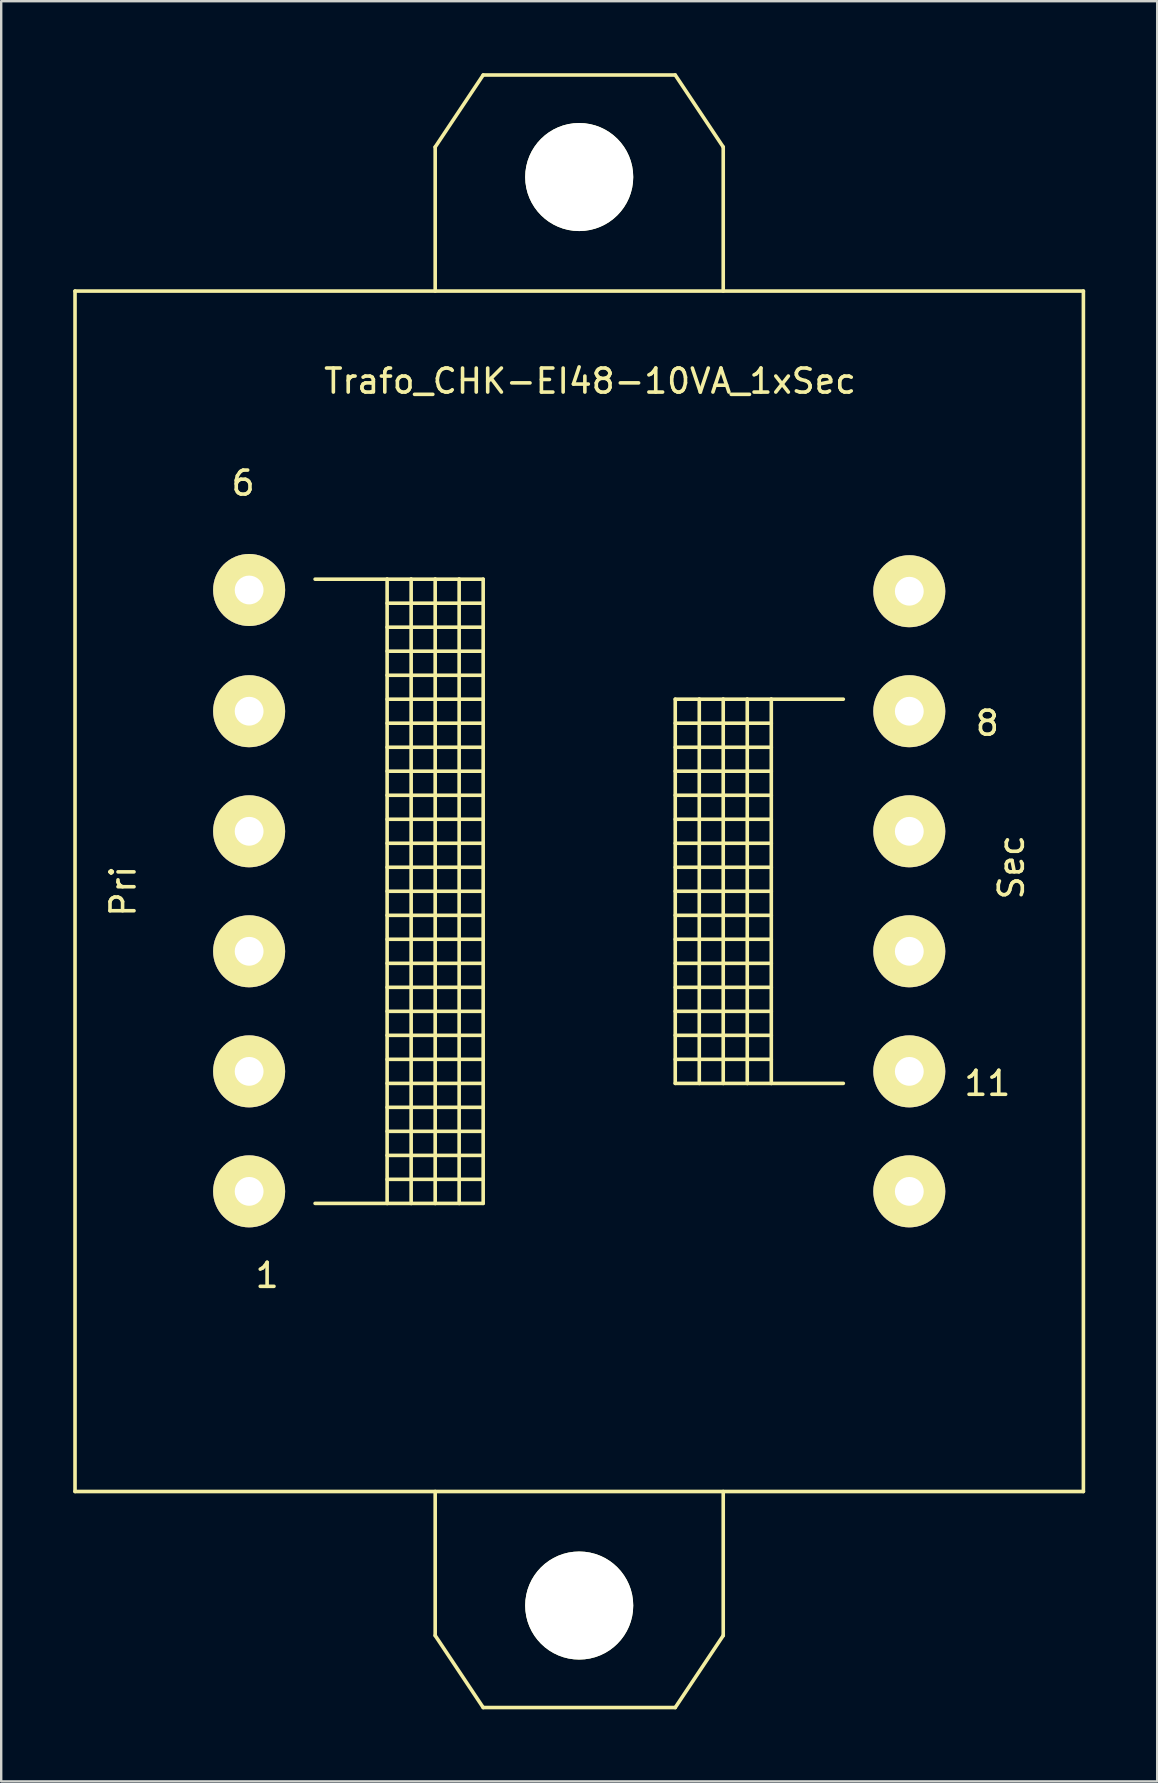
<source format=kicad_pcb>
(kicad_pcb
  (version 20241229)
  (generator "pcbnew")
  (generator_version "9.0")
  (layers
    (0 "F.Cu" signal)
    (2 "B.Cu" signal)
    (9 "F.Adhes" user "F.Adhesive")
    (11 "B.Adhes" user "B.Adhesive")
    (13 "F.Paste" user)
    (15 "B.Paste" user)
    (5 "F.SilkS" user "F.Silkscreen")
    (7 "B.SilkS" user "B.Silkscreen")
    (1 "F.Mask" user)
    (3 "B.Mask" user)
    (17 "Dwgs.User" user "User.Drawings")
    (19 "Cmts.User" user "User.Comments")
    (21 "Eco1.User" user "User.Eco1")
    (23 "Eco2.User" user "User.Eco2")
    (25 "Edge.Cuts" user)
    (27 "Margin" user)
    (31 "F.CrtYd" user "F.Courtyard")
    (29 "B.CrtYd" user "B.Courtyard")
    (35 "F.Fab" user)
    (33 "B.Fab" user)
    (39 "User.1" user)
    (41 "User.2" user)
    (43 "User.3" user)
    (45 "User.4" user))
  (footprint "Trafo_CHK-EI48-10VA_1xSec"
    (layer "F.Cu")
    (at 21.076 34.075)
    (property "Reference" "Trafo_CHK-EI48-10VA_1xSec" (at 0.45 -21.25 0) (layer "F.SilkS") (effects (font (size 1 1) (thickness 0.15))))
    (attr through_hole)
    (fp_line (start -21.001 -25.001) (end -21.001 25.001) (stroke (width 0.15) (type solid)) (layer "F.SilkS"))
    (fp_line (start -21.001 25.001) (end 21.001 25.001) (stroke (width 0.15) (type solid)) (layer "F.SilkS"))
    (fp_line (start -11.001 13) (end -8.001 13) (stroke (width 0.15) (type solid)) (layer "F.SilkS"))
    (fp_line (start -8.001 -13) (end -11.001 -13) (stroke (width 0.15) (type solid)) (layer "F.SilkS"))
    (fp_line (start -8.001 -13) (end -7 -13) (stroke (width 0.15) (type solid)) (layer "F.SilkS"))
    (fp_line (start -8.001 -11.999) (end -4 -11.999) (stroke (width 0.15) (type solid)) (layer "F.SilkS"))
    (fp_line (start -8.001 -11.001) (end -4 -11.001) (stroke (width 0.15) (type solid)) (layer "F.SilkS"))
    (fp_line (start -8.001 -10) (end -4 -10) (stroke (width 0.15) (type solid)) (layer "F.SilkS"))
    (fp_line (start -8.001 -8.999) (end -4 -8.999) (stroke (width 0.15) (type solid)) (layer "F.SilkS"))
    (fp_line (start -8.001 -8.001) (end -4 -8.001) (stroke (width 0.15) (type solid)) (layer "F.SilkS"))
    (fp_line (start -8.001 -7) (end -4 -7) (stroke (width 0.15) (type solid)) (layer "F.SilkS"))
    (fp_line (start -8.001 -5.999) (end -4 -5.999) (stroke (width 0.15) (type solid)) (layer "F.SilkS"))
    (fp_line (start -8.001 -5.001) (end -4 -5.001) (stroke (width 0.15) (type solid)) (layer "F.SilkS"))
    (fp_line (start -8.001 -4) (end -4 -4) (stroke (width 0.15) (type solid)) (layer "F.SilkS"))
    (fp_line (start -8.001 -3) (end -4 -3) (stroke (width 0.15) (type solid)) (layer "F.SilkS"))
    (fp_line (start -8.001 -1.999) (end -4 -1.999) (stroke (width 0.15) (type solid)) (layer "F.SilkS"))
    (fp_line (start -8.001 -1.001) (end -4 -1.001) (stroke (width 0.15) (type solid)) (layer "F.SilkS"))
    (fp_line (start -8.001 0) (end -4 0) (stroke (width 0.15) (type solid)) (layer "F.SilkS"))
    (fp_line (start -8.001 1.001) (end -4 1.001) (stroke (width 0.15) (type solid)) (layer "F.SilkS"))
    (fp_line (start -8.001 1.999) (end -4 1.999) (stroke (width 0.15) (type solid)) (layer "F.SilkS"))
    (fp_line (start -8.001 3) (end -4 3) (stroke (width 0.15) (type solid)) (layer "F.SilkS"))
    (fp_line (start -8.001 4) (end -4 4) (stroke (width 0.15) (type solid)) (layer "F.SilkS"))
    (fp_line (start -8.001 5.001) (end -4 5.001) (stroke (width 0.15) (type solid)) (layer "F.SilkS"))
    (fp_line (start -8.001 7) (end -4 7) (stroke (width 0.15) (type solid)) (layer "F.SilkS"))
    (fp_line (start -8.001 8.001) (end -4 8.001) (stroke (width 0.15) (type solid)) (layer "F.SilkS"))
    (fp_line (start -8.001 8.999) (end -4 8.999) (stroke (width 0.15) (type solid)) (layer "F.SilkS"))
    (fp_line (start -8.001 10) (end -4 10) (stroke (width 0.15) (type solid)) (layer "F.SilkS"))
    (fp_line (start -8.001 11.999) (end -4 11.999) (stroke (width 0.15) (type solid)) (layer "F.SilkS"))
    (fp_line (start -8.001 13) (end -8.001 -13) (stroke (width 0.15) (type solid)) (layer "F.SilkS"))
    (fp_line (start -7 -13) (end -7 13) (stroke (width 0.15) (type solid)) (layer "F.SilkS"))
    (fp_line (start -7 -13) (end -5.999 -13) (stroke (width 0.15) (type solid)) (layer "F.SilkS"))
    (fp_line (start -7 5.999) (end -8.001 5.999) (stroke (width 0.15) (type solid)) (layer "F.SilkS"))
    (fp_line (start -7 5.999) (end -4 5.999) (stroke (width 0.15) (type solid)) (layer "F.SilkS"))
    (fp_line (start -7 11.001) (end -8.001 11.001) (stroke (width 0.15) (type solid)) (layer "F.SilkS"))
    (fp_line (start -7 11.001) (end -4 11.001) (stroke (width 0.15) (type solid)) (layer "F.SilkS"))
    (fp_line (start -7 13) (end -8.001 13) (stroke (width 0.15) (type solid)) (layer "F.SilkS"))
    (fp_line (start -5.999 -31.001) (end -5.999 -25.001) (stroke (width 0.15) (type solid)) (layer "F.SilkS"))
    (fp_line (start -5.999 -13) (end -5.999 13) (stroke (width 0.15) (type solid)) (layer "F.SilkS"))
    (fp_line (start -5.999 -13) (end -5.001 -13) (stroke (width 0.15) (type solid)) (layer "F.SilkS"))
    (fp_line (start -5.999 13) (end -7 13) (stroke (width 0.15) (type solid)) (layer "F.SilkS"))
    (fp_line (start -5.999 31.001) (end -5.999 25.001) (stroke (width 0.15) (type solid)) (layer "F.SilkS"))
    (fp_line (start -5.001 -13) (end -5.001 13) (stroke (width 0.15) (type solid)) (layer "F.SilkS"))
    (fp_line (start -5.001 -13) (end -4 -13) (stroke (width 0.15) (type solid)) (layer "F.SilkS"))
    (fp_line (start -5.001 13) (end -5.999 13) (stroke (width 0.15) (type solid)) (layer "F.SilkS"))
    (fp_line (start -4 -34) (end -5.999 -31.001) (stroke (width 0.15) (type solid)) (layer "F.SilkS"))
    (fp_line (start -4 -13) (end -4 13) (stroke (width 0.15) (type solid)) (layer "F.SilkS"))
    (fp_line (start -4 13) (end -5.001 13) (stroke (width 0.15) (type solid)) (layer "F.SilkS"))
    (fp_line (start -4 34) (end -5.999 31.001) (stroke (width 0.15) (type solid)) (layer "F.SilkS"))
    (fp_line (start 4 -34) (end -4 -34) (stroke (width 0.15) (type solid)) (layer "F.SilkS"))
    (fp_line (start 4 -8.001) (end 4 8.001) (stroke (width 0.15) (type solid)) (layer "F.SilkS"))
    (fp_line (start 4 -7) (end 8.001 -7) (stroke (width 0.15) (type solid)) (layer "F.SilkS"))
    (fp_line (start 4 -5.999) (end 8.001 -5.999) (stroke (width 0.15) (type solid)) (layer "F.SilkS"))
    (fp_line (start 4 -5.001) (end 8.001 -5.001) (stroke (width 0.15) (type solid)) (layer "F.SilkS"))
    (fp_line (start 4 -4) (end 8.001 -4) (stroke (width 0.15) (type solid)) (layer "F.SilkS"))
    (fp_line (start 4 -3) (end 8.001 -3) (stroke (width 0.15) (type solid)) (layer "F.SilkS"))
    (fp_line (start 4 -1.001) (end 8.001 -1.001) (stroke (width 0.15) (type solid)) (layer "F.SilkS"))
    (fp_line (start 4 0) (end 8.001 0) (stroke (width 0.15) (type solid)) (layer "F.SilkS"))
    (fp_line (start 4 1.001) (end 8.001 1.001) (stroke (width 0.15) (type solid)) (layer "F.SilkS"))
    (fp_line (start 4 1.999) (end 8.001 1.999) (stroke (width 0.15) (type solid)) (layer "F.SilkS"))
    (fp_line (start 4 3) (end 8.001 3) (stroke (width 0.15) (type solid)) (layer "F.SilkS"))
    (fp_line (start 4 4) (end 8.001 4) (stroke (width 0.15) (type solid)) (layer "F.SilkS"))
    (fp_line (start 4 5.001) (end 8.001 5.001) (stroke (width 0.15) (type solid)) (layer "F.SilkS"))
    (fp_line (start 4 5.999) (end 8.001 5.999) (stroke (width 0.15) (type solid)) (layer "F.SilkS"))
    (fp_line (start 4 7) (end 8.001 7) (stroke (width 0.15) (type solid)) (layer "F.SilkS"))
    (fp_line (start 4 8.001) (end 5.001 8.001) (stroke (width 0.15) (type solid)) (layer "F.SilkS"))
    (fp_line (start 4 34) (end -4 34) (stroke (width 0.15) (type solid)) (layer "F.SilkS"))
    (fp_line (start 5.001 -8.001) (end 4 -8.001) (stroke (width 0.15) (type solid)) (layer "F.SilkS"))
    (fp_line (start 5.001 -8.001) (end 5.001 8.001) (stroke (width 0.15) (type solid)) (layer "F.SilkS"))
    (fp_line (start 5.001 -1.999) (end 4 -1.999) (stroke (width 0.15) (type solid)) (layer "F.SilkS"))
    (fp_line (start 5.001 -1.999) (end 8.001 -1.999) (stroke (width 0.15) (type solid)) (layer "F.SilkS"))
    (fp_line (start 5.001 8.001) (end 5.999 8.001) (stroke (width 0.15) (type solid)) (layer "F.SilkS"))
    (fp_line (start 5.999 -31.001) (end 4 -34) (stroke (width 0.15) (type solid)) (layer "F.SilkS"))
    (fp_line (start 5.999 -25.001) (end 5.999 -31.001) (stroke (width 0.15) (type solid)) (layer "F.SilkS"))
    (fp_line (start 5.999 -8.001) (end 5.001 -8.001) (stroke (width 0.15) (type solid)) (layer "F.SilkS"))
    (fp_line (start 5.999 -8.001) (end 5.999 8.001) (stroke (width 0.15) (type solid)) (layer "F.SilkS"))
    (fp_line (start 5.999 25.001) (end 5.999 31.001) (stroke (width 0.15) (type solid)) (layer "F.SilkS"))
    (fp_line (start 5.999 31.001) (end 4 34) (stroke (width 0.15) (type solid)) (layer "F.SilkS"))
    (fp_line (start 7 -8.001) (end 5.999 -8.001) (stroke (width 0.15) (type solid)) (layer "F.SilkS"))
    (fp_line (start 7 -8.001) (end 7 8.001) (stroke (width 0.15) (type solid)) (layer "F.SilkS"))
    (fp_line (start 7 8.001) (end 5.999 8.001) (stroke (width 0.15) (type solid)) (layer "F.SilkS"))
    (fp_line (start 7 8.001) (end 8.001 8.001) (stroke (width 0.15) (type solid)) (layer "F.SilkS"))
    (fp_line (start 8.001 -8.001) (end 7 -8.001) (stroke (width 0.15) (type solid)) (layer "F.SilkS"))
    (fp_line (start 8.001 -8.001) (end 8.001 8.001) (stroke (width 0.15) (type solid)) (layer "F.SilkS"))
    (fp_line (start 8.001 8.001) (end 11.001 8.001) (stroke (width 0.15) (type solid)) (layer "F.SilkS"))
    (fp_line (start 11.001 -8.001) (end 8.001 -8.001) (stroke (width 0.15) (type solid)) (layer "F.SilkS"))
    (fp_line (start 21.001 -25.001) (end -21.001 -25.001) (stroke (width 0.15) (type solid)) (layer "F.SilkS"))
    (fp_line (start 21.001 25.001) (end 21.001 -25.001) (stroke (width 0.15) (type solid)) (layer "F.SilkS"))
    (fp_text user "Sec" (at 18.001 -1.001 90) (layer "F.SilkS") (effects (font (size 1 1) (thickness 0.15))))
    (fp_text user "8" (at 17 -7 0) (layer "F.SilkS") (effects (font (size 1 1) (thickness 0.15))))
    (fp_text user "Pri" (at -18.999 0 90) (layer "F.SilkS") (effects (font (size 1 1) (thickness 0.15))))
    (fp_text user "11" (at 17 8.001 0) (layer "F.SilkS") (effects (font (size 1 1) (thickness 0.15))))
    (fp_text user "1" (at -13 15.999 0) (layer "F.SilkS") (effects (font (size 1 1) (thickness 0.15))))
    (fp_text user "6" (at -14 -17 0) (layer "F.SilkS") (effects (font (size 1 1) (thickness 0.15))))
    (pad "" np_thru_hole circle (at 0 -29.751) (size 4.501 4.501) (drill 4.501) (layers "*.Cu" "*.Mask" "F.SilkS"))
    (pad "" np_thru_hole circle (at 0 29.751) (size 4.501 4.501) (drill 4.501) (layers "*.Cu" "*.Mask" "F.SilkS"))
    (pad "1" thru_hole circle (at -13.749 12.499) (size 3 3) (drill 1.199) (layers "*.Cu" "*.Mask" "F.SilkS"))
    (pad "2" thru_hole circle (at -13.749 7.501) (size 3 3) (drill 1.199) (layers "*.Cu" "*.Mask" "F.SilkS"))
    (pad "3" thru_hole circle (at -13.749 2.499) (size 3 3) (drill 1.199) (layers "*.Cu" "*.Mask" "F.SilkS"))
    (pad "4" thru_hole circle (at -13.749 -2.499) (size 3 3) (drill 1.199) (layers "*.Cu" "*.Mask" "F.SilkS"))
    (pad "5" thru_hole circle (at -13.749 -7.501) (size 3 3) (drill 1.199) (layers "*.Cu" "*.Mask" "F.SilkS"))
    (pad "6" thru_hole circle (at -13.749 -12.55) (size 3 3) (drill 1.199) (layers "*.Cu" "*.Mask" "F.SilkS"))
    (pad "7" thru_hole circle (at 13.749 -12.499) (size 3 3) (drill 1.199) (layers "*.Cu" "*.Mask" "F.SilkS"))
    (pad "8" thru_hole circle (at 13.749 -7.501) (size 3 3) (drill 1.199) (layers "*.Cu" "*.Mask" "F.SilkS"))
    (pad "9" thru_hole circle (at 13.749 -2.499) (size 3 3) (drill 1.199) (layers "*.Cu" "*.Mask" "F.SilkS"))
    (pad "10" thru_hole circle (at 13.749 2.499) (size 3 3) (drill 1.199) (layers "*.Cu" "*.Mask" "F.SilkS"))
    (pad "11" thru_hole circle (at 13.749 7.501) (size 3 3) (drill 1.199) (layers "*.Cu" "*.Mask" "F.SilkS"))
    (pad "12" thru_hole circle (at 13.749 12.499) (size 3 3) (drill 1.199) (layers "*.Cu" "*.Mask" "F.SilkS")))
  (gr_rect
    (start -3 -3)
    (end 45.151 71.151)
    (stroke (width 0.1) (type default))
    (fill no)
    (layer "Edge.Cuts")))
</source>
